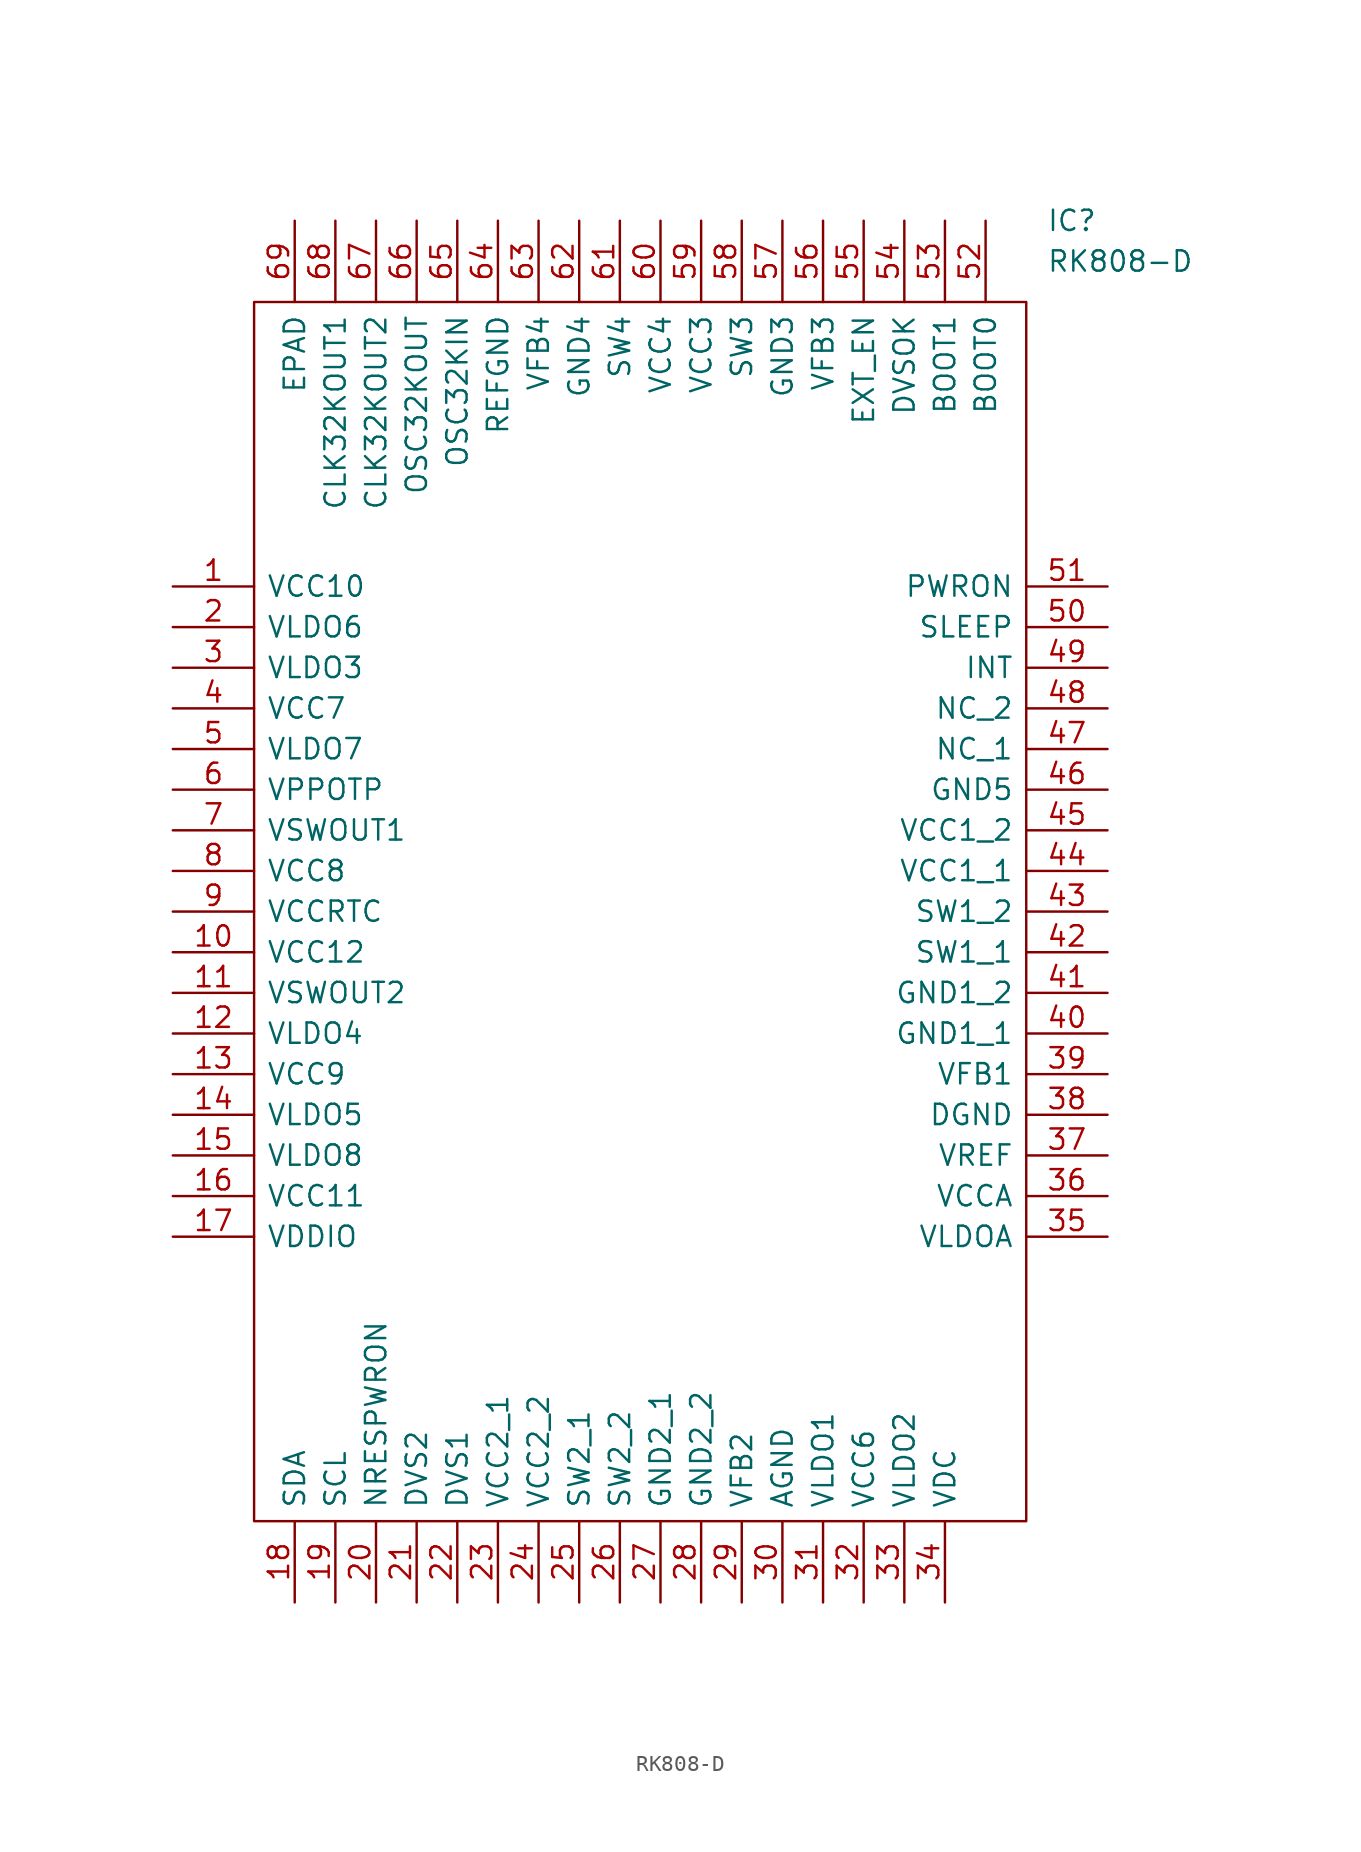
<source format=kicad_sym>
(kicad_symbol_lib
  (version 20220914)
  (generator kicad_symbol_editor)
  (symbol "RK808-D"
    (pin_names
      (offset 0.762))
    (property "Reference" "IC"
      (at 54.61 22.86 0)
      (effects (font (size 1.27 1.27)) (justify left)))
    (property "Value" "RK808-D"
      (at 54.61 20.32 0)
      (effects (font (size 1.27 1.27)) (justify left)))
    (symbol "RK808-D_0_0"
      (pin passive line (at 0 0 0) (length 5.08) (name "VCC10" (effects (font (size 1.27 1.27)))) (number "1" (effects (font (size 1.27 1.27)))))
      (pin passive line (at 0 -22.86 0) (length 5.08) (name "VCC12" (effects (font (size 1.27 1.27)))) (number "10" (effects (font (size 1.27 1.27)))))
      (pin passive line (at 0 -25.4 0) (length 5.08) (name "VSWOUT2" (effects (font (size 1.27 1.27)))) (number "11" (effects (font (size 1.27 1.27)))))
      (pin passive line (at 0 -27.94 0) (length 5.08) (name "VLDO4" (effects (font (size 1.27 1.27)))) (number "12" (effects (font (size 1.27 1.27)))))
      (pin passive line (at 0 -30.48 0) (length 5.08) (name "VCC9" (effects (font (size 1.27 1.27)))) (number "13" (effects (font (size 1.27 1.27)))))
      (pin passive line (at 0 -33.02 0) (length 5.08) (name "VLDO5" (effects (font (size 1.27 1.27)))) (number "14" (effects (font (size 1.27 1.27)))))
      (pin passive line (at 0 -35.56 0) (length 5.08) (name "VLDO8" (effects (font (size 1.27 1.27)))) (number "15" (effects (font (size 1.27 1.27)))))
      (pin passive line (at 0 -38.1 0) (length 5.08) (name "VCC11" (effects (font (size 1.27 1.27)))) (number "16" (effects (font (size 1.27 1.27)))))
      (pin passive line (at 0 -40.64 0) (length 5.08) (name "VDDIO" (effects (font (size 1.27 1.27)))) (number "17" (effects (font (size 1.27 1.27)))))
      (pin passive line (at 7.62 -63.5 90) (length 5.08) (name "SDA" (effects (font (size 1.27 1.27)))) (number "18" (effects (font (size 1.27 1.27)))))
      (pin passive line (at 10.16 -63.5 90) (length 5.08) (name "SCL" (effects (font (size 1.27 1.27)))) (number "19" (effects (font (size 1.27 1.27)))))
      (pin passive line (at 0 -2.54 0) (length 5.08) (name "VLDO6" (effects (font (size 1.27 1.27)))) (number "2" (effects (font (size 1.27 1.27)))))
      (pin passive line (at 12.7 -63.5 90) (length 5.08) (name "NRESPWRON" (effects (font (size 1.27 1.27)))) (number "20" (effects (font (size 1.27 1.27)))))
      (pin passive line (at 15.24 -63.5 90) (length 5.08) (name "DVS2" (effects (font (size 1.27 1.27)))) (number "21" (effects (font (size 1.27 1.27)))))
      (pin passive line (at 17.78 -63.5 90) (length 5.08) (name "DVS1" (effects (font (size 1.27 1.27)))) (number "22" (effects (font (size 1.27 1.27)))))
      (pin passive line (at 20.32 -63.5 90) (length 5.08) (name "VCC2_1" (effects (font (size 1.27 1.27)))) (number "23" (effects (font (size 1.27 1.27)))))
      (pin passive line (at 22.86 -63.5 90) (length 5.08) (name "VCC2_2" (effects (font (size 1.27 1.27)))) (number "24" (effects (font (size 1.27 1.27)))))
      (pin passive line (at 25.4 -63.5 90) (length 5.08) (name "SW2_1" (effects (font (size 1.27 1.27)))) (number "25" (effects (font (size 1.27 1.27)))))
      (pin passive line (at 27.94 -63.5 90) (length 5.08) (name "SW2_2" (effects (font (size 1.27 1.27)))) (number "26" (effects (font (size 1.27 1.27)))))
      (pin passive line (at 30.48 -63.5 90) (length 5.08) (name "GND2_1" (effects (font (size 1.27 1.27)))) (number "27" (effects (font (size 1.27 1.27)))))
      (pin passive line (at 33.02 -63.5 90) (length 5.08) (name "GND2_2" (effects (font (size 1.27 1.27)))) (number "28" (effects (font (size 1.27 1.27)))))
      (pin passive line (at 35.56 -63.5 90) (length 5.08) (name "VFB2" (effects (font (size 1.27 1.27)))) (number "29" (effects (font (size 1.27 1.27)))))
      (pin passive line (at 0 -5.08 0) (length 5.08) (name "VLDO3" (effects (font (size 1.27 1.27)))) (number "3" (effects (font (size 1.27 1.27)))))
      (pin passive line (at 38.1 -63.5 90) (length 5.08) (name "AGND" (effects (font (size 1.27 1.27)))) (number "30" (effects (font (size 1.27 1.27)))))
      (pin passive line (at 40.64 -63.5 90) (length 5.08) (name "VLDO1" (effects (font (size 1.27 1.27)))) (number "31" (effects (font (size 1.27 1.27)))))
      (pin passive line (at 43.18 -63.5 90) (length 5.08) (name "VCC6" (effects (font (size 1.27 1.27)))) (number "32" (effects (font (size 1.27 1.27)))))
      (pin passive line (at 45.72 -63.5 90) (length 5.08) (name "VLDO2" (effects (font (size 1.27 1.27)))) (number "33" (effects (font (size 1.27 1.27)))))
      (pin passive line (at 48.26 -63.5 90) (length 5.08) (name "VDC" (effects (font (size 1.27 1.27)))) (number "34" (effects (font (size 1.27 1.27)))))
      (pin passive line (at 58.42 -40.64 180) (length 5.08) (name "VLDOA" (effects (font (size 1.27 1.27)))) (number "35" (effects (font (size 1.27 1.27)))))
      (pin passive line (at 58.42 -38.1 180) (length 5.08) (name "VCCA" (effects (font (size 1.27 1.27)))) (number "36" (effects (font (size 1.27 1.27)))))
      (pin passive line (at 58.42 -35.56 180) (length 5.08) (name "VREF" (effects (font (size 1.27 1.27)))) (number "37" (effects (font (size 1.27 1.27)))))
      (pin passive line (at 58.42 -33.02 180) (length 5.08) (name "DGND" (effects (font (size 1.27 1.27)))) (number "38" (effects (font (size 1.27 1.27)))))
      (pin passive line (at 58.42 -30.48 180) (length 5.08) (name "VFB1" (effects (font (size 1.27 1.27)))) (number "39" (effects (font (size 1.27 1.27)))))
      (pin passive line (at 0 -7.62 0) (length 5.08) (name "VCC7" (effects (font (size 1.27 1.27)))) (number "4" (effects (font (size 1.27 1.27)))))
      (pin passive line (at 58.42 -27.94 180) (length 5.08) (name "GND1_1" (effects (font (size 1.27 1.27)))) (number "40" (effects (font (size 1.27 1.27)))))
      (pin passive line (at 58.42 -25.4 180) (length 5.08) (name "GND1_2" (effects (font (size 1.27 1.27)))) (number "41" (effects (font (size 1.27 1.27)))))
      (pin passive line (at 58.42 -22.86 180) (length 5.08) (name "SW1_1" (effects (font (size 1.27 1.27)))) (number "42" (effects (font (size 1.27 1.27)))))
      (pin passive line (at 58.42 -20.32 180) (length 5.08) (name "SW1_2" (effects (font (size 1.27 1.27)))) (number "43" (effects (font (size 1.27 1.27)))))
      (pin passive line (at 58.42 -17.78 180) (length 5.08) (name "VCC1_1" (effects (font (size 1.27 1.27)))) (number "44" (effects (font (size 1.27 1.27)))))
      (pin passive line (at 58.42 -15.24 180) (length 5.08) (name "VCC1_2" (effects (font (size 1.27 1.27)))) (number "45" (effects (font (size 1.27 1.27)))))
      (pin passive line (at 58.42 -12.7 180) (length 5.08) (name "GND5" (effects (font (size 1.27 1.27)))) (number "46" (effects (font (size 1.27 1.27)))))
      (pin passive line (at 58.42 -10.16 180) (length 5.08) (name "NC_1" (effects (font (size 1.27 1.27)))) (number "47" (effects (font (size 1.27 1.27)))))
      (pin passive line (at 58.42 -7.62 180) (length 5.08) (name "NC_2" (effects (font (size 1.27 1.27)))) (number "48" (effects (font (size 1.27 1.27)))))
      (pin passive line (at 58.42 -5.08 180) (length 5.08) (name "INT" (effects (font (size 1.27 1.27)))) (number "49" (effects (font (size 1.27 1.27)))))
      (pin passive line (at 0 -10.16 0) (length 5.08) (name "VLDO7" (effects (font (size 1.27 1.27)))) (number "5" (effects (font (size 1.27 1.27)))))
      (pin passive line (at 58.42 -2.54 180) (length 5.08) (name "SLEEP" (effects (font (size 1.27 1.27)))) (number "50" (effects (font (size 1.27 1.27)))))
      (pin passive line (at 58.42 0 180) (length 5.08) (name "PWRON" (effects (font (size 1.27 1.27)))) (number "51" (effects (font (size 1.27 1.27)))))
      (pin passive line (at 50.8 22.86 270) (length 5.08) (name "BOOT0" (effects (font (size 1.27 1.27)))) (number "52" (effects (font (size 1.27 1.27)))))
      (pin passive line (at 48.26 22.86 270) (length 5.08) (name "BOOT1" (effects (font (size 1.27 1.27)))) (number "53" (effects (font (size 1.27 1.27)))))
      (pin passive line (at 45.72 22.86 270) (length 5.08) (name "DVSOK" (effects (font (size 1.27 1.27)))) (number "54" (effects (font (size 1.27 1.27)))))
      (pin passive line (at 43.18 22.86 270) (length 5.08) (name "EXT_EN" (effects (font (size 1.27 1.27)))) (number "55" (effects (font (size 1.27 1.27)))))
      (pin passive line (at 40.64 22.86 270) (length 5.08) (name "VFB3" (effects (font (size 1.27 1.27)))) (number "56" (effects (font (size 1.27 1.27)))))
      (pin passive line (at 38.1 22.86 270) (length 5.08) (name "GND3" (effects (font (size 1.27 1.27)))) (number "57" (effects (font (size 1.27 1.27)))))
      (pin passive line (at 35.56 22.86 270) (length 5.08) (name "SW3" (effects (font (size 1.27 1.27)))) (number "58" (effects (font (size 1.27 1.27)))))
      (pin passive line (at 33.02 22.86 270) (length 5.08) (name "VCC3" (effects (font (size 1.27 1.27)))) (number "59" (effects (font (size 1.27 1.27)))))
      (pin passive line (at 0 -12.7 0) (length 5.08) (name "VPPOTP" (effects (font (size 1.27 1.27)))) (number "6" (effects (font (size 1.27 1.27)))))
      (pin passive line (at 30.48 22.86 270) (length 5.08) (name "VCC4" (effects (font (size 1.27 1.27)))) (number "60" (effects (font (size 1.27 1.27)))))
      (pin passive line (at 27.94 22.86 270) (length 5.08) (name "SW4" (effects (font (size 1.27 1.27)))) (number "61" (effects (font (size 1.27 1.27)))))
      (pin passive line (at 25.4 22.86 270) (length 5.08) (name "GND4" (effects (font (size 1.27 1.27)))) (number "62" (effects (font (size 1.27 1.27)))))
      (pin passive line (at 22.86 22.86 270) (length 5.08) (name "VFB4" (effects (font (size 1.27 1.27)))) (number "63" (effects (font (size 1.27 1.27)))))
      (pin passive line (at 20.32 22.86 270) (length 5.08) (name "REFGND" (effects (font (size 1.27 1.27)))) (number "64" (effects (font (size 1.27 1.27)))))
      (pin passive line (at 17.78 22.86 270) (length 5.08) (name "OSC32KIN" (effects (font (size 1.27 1.27)))) (number "65" (effects (font (size 1.27 1.27)))))
      (pin passive line (at 15.24 22.86 270) (length 5.08) (name "OSC32KOUT" (effects (font (size 1.27 1.27)))) (number "66" (effects (font (size 1.27 1.27)))))
      (pin passive line (at 12.7 22.86 270) (length 5.08) (name "CLK32KOUT2" (effects (font (size 1.27 1.27)))) (number "67" (effects (font (size 1.27 1.27)))))
      (pin passive line (at 10.16 22.86 270) (length 5.08) (name "CLK32KOUT1" (effects (font (size 1.27 1.27)))) (number "68" (effects (font (size 1.27 1.27)))))
      (pin passive line (at 7.62 22.86 270) (length 5.08) (name "EPAD" (effects (font (size 1.27 1.27)))) (number "69" (effects (font (size 1.27 1.27)))))
      (pin passive line (at 0 -15.24 0) (length 5.08) (name "VSWOUT1" (effects (font (size 1.27 1.27)))) (number "7" (effects (font (size 1.27 1.27)))))
      (pin passive line (at 0 -17.78 0) (length 5.08) (name "VCC8" (effects (font (size 1.27 1.27)))) (number "8" (effects (font (size 1.27 1.27)))))
      (pin passive line (at 0 -20.32 0) (length 5.08) (name "VCCRTC" (effects (font (size 1.27 1.27)))) (number "9" (effects (font (size 1.27 1.27))))))
    (symbol "RK808-D_0_1"
      (polyline (pts (xy 5.08 17.78) (xy 53.34 17.78) (xy 53.34 -58.42) (xy 5.08 -58.42) (xy 5.08 17.78)) (stroke (width 0.152) (type solid)) (fill (type none))))))
</source>
